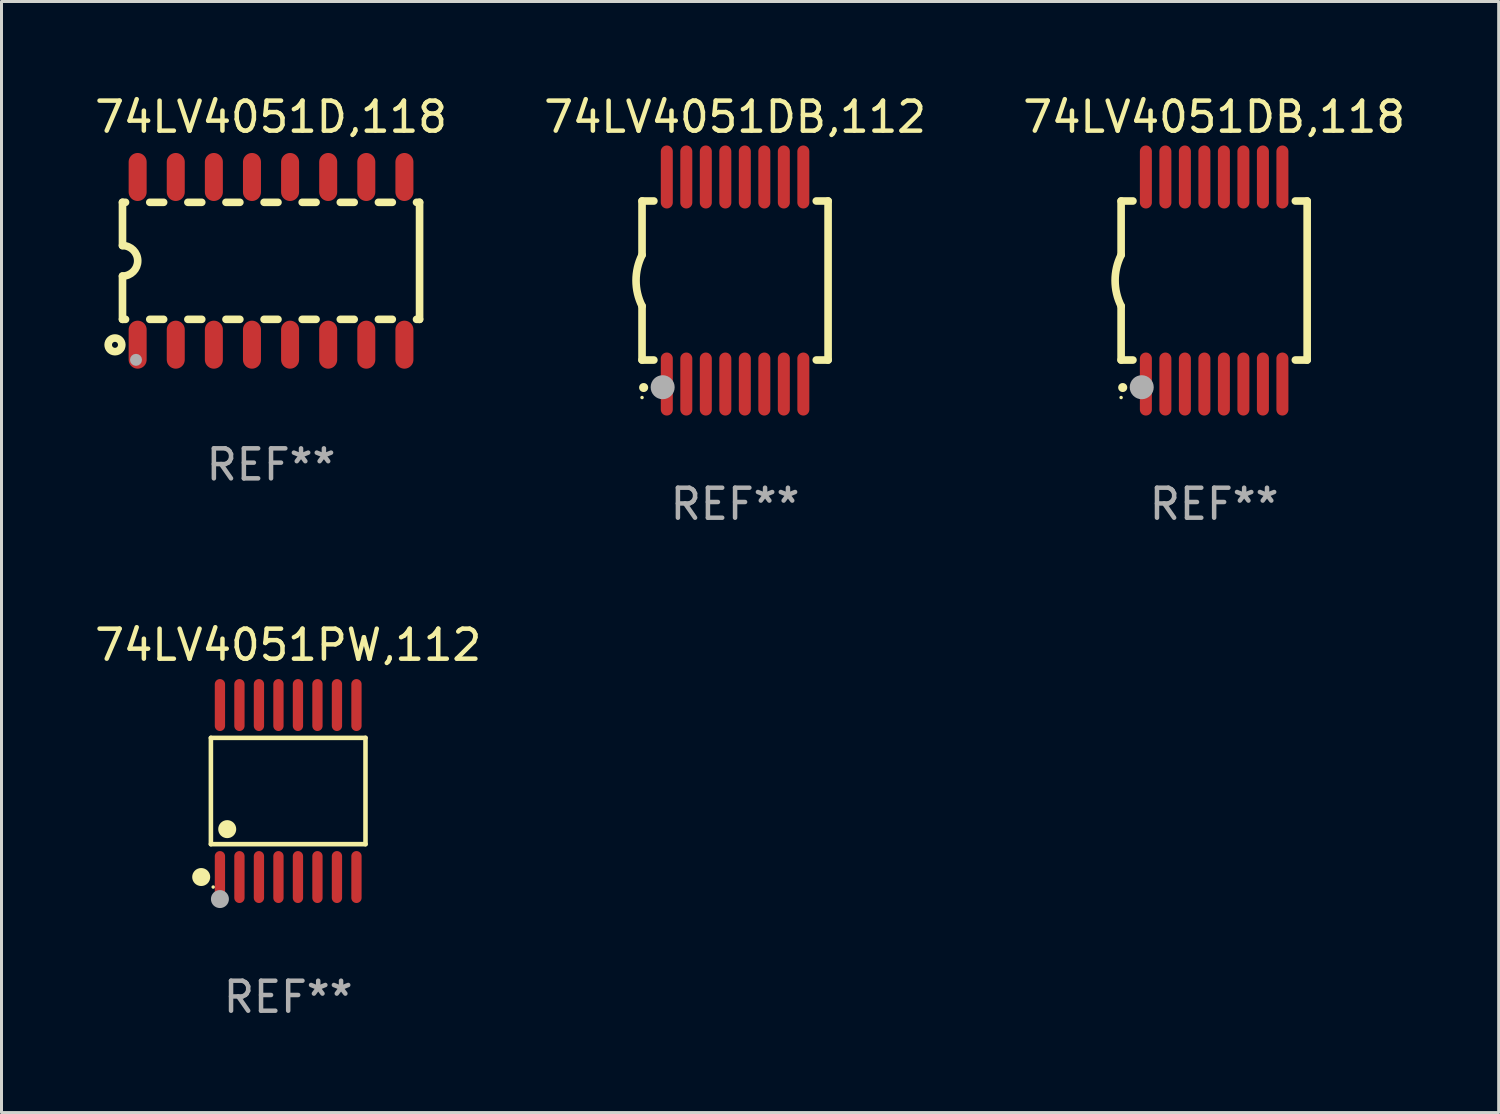
<source format=kicad_pcb>
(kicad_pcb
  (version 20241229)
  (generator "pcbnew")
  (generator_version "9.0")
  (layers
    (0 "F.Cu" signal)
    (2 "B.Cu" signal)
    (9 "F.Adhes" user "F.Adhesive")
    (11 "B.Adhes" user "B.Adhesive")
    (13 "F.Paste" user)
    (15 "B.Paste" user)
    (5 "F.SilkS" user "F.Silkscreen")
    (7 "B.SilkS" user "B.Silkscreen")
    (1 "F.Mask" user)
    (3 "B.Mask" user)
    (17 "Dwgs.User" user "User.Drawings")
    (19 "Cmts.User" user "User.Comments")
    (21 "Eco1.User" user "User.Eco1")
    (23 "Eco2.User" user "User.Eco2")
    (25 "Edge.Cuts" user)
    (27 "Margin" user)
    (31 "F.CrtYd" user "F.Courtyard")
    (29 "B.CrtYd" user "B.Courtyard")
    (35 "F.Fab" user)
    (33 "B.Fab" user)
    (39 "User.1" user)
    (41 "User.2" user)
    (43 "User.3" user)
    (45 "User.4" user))
  (footprint "74LV4051DB,118"
    (layer "F.Cu")
    (at 37.411 6.298)
    (property "Reference" "74LV4051DB,118" (at 0 -5.45 0) (layer "F.SilkS") (effects (font (size 1 1) (thickness 0.15))))
    (attr through_hole)
    (fp_line (start -3.1 -2.65) (end -3.1 -0.85) (stroke (width 0.254) (type solid)) (layer "F.SilkS"))
    (fp_line (start -3.1 -2.65) (end -2.706 -2.65) (stroke (width 0.254) (type solid)) (layer "F.SilkS"))
    (fp_line (start -3.1 2.65) (end -3.1 0.85) (stroke (width 0.254) (type solid)) (layer "F.SilkS"))
    (fp_line (start -3.1 2.65) (end -2.706 2.65) (stroke (width 0.254) (type solid)) (layer "F.SilkS"))
    (fp_line (start 2.706 -2.65) (end 3.1 -2.65) (stroke (width 0.254) (type solid)) (layer "F.SilkS"))
    (fp_line (start 2.706 2.65) (end 3.1 2.65) (stroke (width 0.254) (type solid)) (layer "F.SilkS"))
    (fp_line (start 3.1 -2.65) (end 3.1 2.65) (stroke (width 0.254) (type solid)) (layer "F.SilkS"))
    (fp_arc (start -3.098907 0.850902) (mid -3.300057 0.000523) (end -3.1 -0.850114) (stroke (width 0.254001) (type solid)) (layer "F.SilkS"))
    (fp_arc (start -3.048006 3.566066) (mid -3.046736 3.566061) (end -3.045466 3.566066) (stroke (width 0.3) (type solid)) (layer "F.SilkS"))
    (fp_circle (center -3.1 3.9) (end -3.07 3.9) (stroke (width 0.06) (type solid)) (fill no) (layer "F.SilkS"))
    (fp_circle (center -2.413 3.556) (end -2.213 3.556) (stroke (width 0.4) (type solid)) (fill no) (layer "F.Fab"))
    (fp_text user "REF**" (at 0 7.45 0) (layer "F.Fab") (effects (font (size 1 1) (thickness 0.15))))
    (pad "1" smd oval (at -2.275 3.45 180) (size 0.4 2.1) (layers "F.Cu" "F.Mask" "F.Paste"))
    (pad "2" smd oval (at -1.625 3.45 180) (size 0.4 2.1) (layers "F.Cu" "F.Mask" "F.Paste"))
    (pad "3" smd oval (at -0.975 3.45 180) (size 0.4 2.1) (layers "F.Cu" "F.Mask" "F.Paste"))
    (pad "4" smd oval (at -0.325 3.45 180) (size 0.4 2.1) (layers "F.Cu" "F.Mask" "F.Paste"))
    (pad "5" smd oval (at 0.325 3.45 180) (size 0.4 2.1) (layers "F.Cu" "F.Mask" "F.Paste"))
    (pad "6" smd oval (at 0.975 3.45 180) (size 0.4 2.1) (layers "F.Cu" "F.Mask" "F.Paste"))
    (pad "7" smd oval (at 1.625 3.45 180) (size 0.4 2.1) (layers "F.Cu" "F.Mask" "F.Paste"))
    (pad "8" smd oval (at 2.275 3.45 180) (size 0.4 2.1) (layers "F.Cu" "F.Mask" "F.Paste"))
    (pad "9" smd oval (at 2.275 -3.45 180) (size 0.4 2.1) (layers "F.Cu" "F.Mask" "F.Paste"))
    (pad "10" smd oval (at 1.625 -3.45 180) (size 0.4 2.1) (layers "F.Cu" "F.Mask" "F.Paste"))
    (pad "11" smd oval (at 0.975 -3.45 180) (size 0.4 2.1) (layers "F.Cu" "F.Mask" "F.Paste"))
    (pad "12" smd oval (at 0.325 -3.45 180) (size 0.4 2.1) (layers "F.Cu" "F.Mask" "F.Paste"))
    (pad "13" smd oval (at -0.325 -3.45 180) (size 0.4 2.1) (layers "F.Cu" "F.Mask" "F.Paste"))
    (pad "14" smd oval (at -0.975 -3.45 180) (size 0.4 2.1) (layers "F.Cu" "F.Mask" "F.Paste"))
    (pad "15" smd oval (at -1.625 -3.45 180) (size 0.4 2.1) (layers "F.Cu" "F.Mask" "F.Paste"))
    (pad "16" smd oval (at -2.275 -3.45 180) (size 0.4 2.1) (layers "F.Cu" "F.Mask" "F.Paste")))
  (footprint "74LV4051D,118"
    (layer "F.Cu")
    (at 5.982 5.642)
    (property "Reference" "74LV4051D,118" (at 0 -4.794 0) (layer "F.SilkS") (effects (font (size 1 1) (thickness 0.15))))
    (attr through_hole)
    (fp_line (start -4.95 -1.95) (end -4.95 -0.508) (stroke (width 0.254) (type solid)) (layer "F.SilkS"))
    (fp_line (start -4.95 -1.95) (end -4.849 -1.95) (stroke (width 0.254) (type solid)) (layer "F.SilkS"))
    (fp_line (start -4.95 1.95) (end -4.95 0.508) (stroke (width 0.254) (type solid)) (layer "F.SilkS"))
    (fp_line (start -4.95 1.95) (end -4.849 1.95) (stroke (width 0.254) (type solid)) (layer "F.SilkS"))
    (fp_line (start -4.041 -1.95) (end -3.579 -1.95) (stroke (width 0.254) (type solid)) (layer "F.SilkS"))
    (fp_line (start -4.041 1.95) (end -3.579 1.95) (stroke (width 0.254) (type solid)) (layer "F.SilkS"))
    (fp_line (start -2.771 -1.95) (end -2.309 -1.95) (stroke (width 0.254) (type solid)) (layer "F.SilkS"))
    (fp_line (start -2.771 1.95) (end -2.309 1.95) (stroke (width 0.254) (type solid)) (layer "F.SilkS"))
    (fp_line (start -1.501 -1.95) (end -1.039 -1.95) (stroke (width 0.254) (type solid)) (layer "F.SilkS"))
    (fp_line (start -1.501 1.95) (end -1.039 1.95) (stroke (width 0.254) (type solid)) (layer "F.SilkS"))
    (fp_line (start -0.231 -1.95) (end 0.231 -1.95) (stroke (width 0.254) (type solid)) (layer "F.SilkS"))
    (fp_line (start -0.231 1.95) (end 0.231 1.95) (stroke (width 0.254) (type solid)) (layer "F.SilkS"))
    (fp_line (start 1.039 -1.95) (end 1.501 -1.95) (stroke (width 0.254) (type solid)) (layer "F.SilkS"))
    (fp_line (start 1.039 1.95) (end 1.501 1.95) (stroke (width 0.254) (type solid)) (layer "F.SilkS"))
    (fp_line (start 2.309 -1.95) (end 2.771 -1.95) (stroke (width 0.254) (type solid)) (layer "F.SilkS"))
    (fp_line (start 2.309 1.95) (end 2.771 1.95) (stroke (width 0.254) (type solid)) (layer "F.SilkS"))
    (fp_line (start 3.579 -1.95) (end 4.041 -1.95) (stroke (width 0.254) (type solid)) (layer "F.SilkS"))
    (fp_line (start 3.579 1.95) (end 4.041 1.95) (stroke (width 0.254) (type solid)) (layer "F.SilkS"))
    (fp_line (start 4.849 -1.95) (end 4.95 -1.95) (stroke (width 0.254) (type solid)) (layer "F.SilkS"))
    (fp_line (start 4.849 1.95) (end 4.95 1.95) (stroke (width 0.254) (type solid)) (layer "F.SilkS"))
    (fp_line (start 4.95 -1.95) (end 4.95 1.95) (stroke (width 0.254) (type solid)) (layer "F.SilkS"))
    (fp_arc (start -4.95047 -0.508001) (mid -4.442469 -0.000228) (end -4.950013 0.508001) (stroke (width 0.254001) (type solid)) (layer "F.SilkS"))
    (fp_circle (center -5.2 2.8) (end -5.1 2.8) (stroke (width 0.254) (type solid)) (fill no) (layer "F.SilkS"))
    (fp_circle (center -4.95 2.947) (end -4.92 2.947) (stroke (width 0.06) (type solid)) (fill no) (layer "F.SilkS"))
    (fp_circle (center -4.5 3.3) (end -4.4 3.3) (stroke (width 0.2) (type solid)) (fill no) (layer "F.Fab"))
    (fp_text user "REF**" (at 0 6.794 0) (layer "F.Fab") (effects (font (size 1 1) (thickness 0.15))))
    (pad "1" smd oval (at -4.445 2.794) (size 0.6 1.6) (layers "F.Cu" "F.Mask" "F.Paste"))
    (pad "2" smd oval (at -3.175 2.794) (size 0.6 1.6) (layers "F.Cu" "F.Mask" "F.Paste"))
    (pad "3" smd oval (at -1.905 2.794) (size 0.6 1.6) (layers "F.Cu" "F.Mask" "F.Paste"))
    (pad "4" smd oval (at -0.635 2.794) (size 0.6 1.6) (layers "F.Cu" "F.Mask" "F.Paste"))
    (pad "5" smd oval (at 0.635 2.794) (size 0.6 1.6) (layers "F.Cu" "F.Mask" "F.Paste"))
    (pad "6" smd oval (at 1.905 2.794) (size 0.6 1.6) (layers "F.Cu" "F.Mask" "F.Paste"))
    (pad "7" smd oval (at 3.175 2.794) (size 0.6 1.6) (layers "F.Cu" "F.Mask" "F.Paste"))
    (pad "8" smd oval (at 4.445 2.794) (size 0.6 1.6) (layers "F.Cu" "F.Mask" "F.Paste"))
    (pad "9" smd oval (at 4.445 -2.794) (size 0.6 1.6) (layers "F.Cu" "F.Mask" "F.Paste"))
    (pad "10" smd oval (at 3.175 -2.794) (size 0.6 1.6) (layers "F.Cu" "F.Mask" "F.Paste"))
    (pad "11" smd oval (at 1.905 -2.794) (size 0.6 1.6) (layers "F.Cu" "F.Mask" "F.Paste"))
    (pad "12" smd oval (at 0.635 -2.794) (size 0.6 1.6) (layers "F.Cu" "F.Mask" "F.Paste"))
    (pad "13" smd oval (at -0.635 -2.794) (size 0.6 1.6) (layers "F.Cu" "F.Mask" "F.Paste"))
    (pad "14" smd oval (at -1.905 -2.794) (size 0.6 1.6) (layers "F.Cu" "F.Mask" "F.Paste"))
    (pad "15" smd oval (at -3.175 -2.794) (size 0.6 1.6) (layers "F.Cu" "F.Mask" "F.Paste"))
    (pad "16" smd oval (at -4.445 -2.794) (size 0.6 1.6) (layers "F.Cu" "F.Mask" "F.Paste")))
  (footprint "74LV4051PW,112"
    (layer "F.Cu")
    (at 6.554 23.311)
    (property "Reference" "74LV4051PW,112" (at 0 -4.866 0) (layer "F.SilkS") (effects (font (size 1 1) (thickness 0.15))))
    (attr through_hole)
    (fp_line (start -2.576 -1.772) (end 2.576 -1.772) (stroke (width 0.152) (type solid)) (layer "F.SilkS"))
    (fp_line (start -2.576 1.771) (end -2.576 -1.772) (stroke (width 0.152) (type solid)) (layer "F.SilkS"))
    (fp_line (start 2.576 -1.772) (end 2.576 1.771) (stroke (width 0.152) (type solid)) (layer "F.SilkS"))
    (fp_line (start 2.576 1.771) (end -2.576 1.771) (stroke (width 0.152) (type solid)) (layer "F.SilkS"))
    (fp_circle (center -2.899 2.866) (end -2.749 2.866) (stroke (width 0.3) (type solid)) (fill no) (layer "F.SilkS"))
    (fp_circle (center -2.5 3.2) (end -2.47 3.2) (stroke (width 0.06) (type solid)) (fill no) (layer "F.SilkS"))
    (fp_circle (center -2.032 1.27) (end -1.882 1.27) (stroke (width 0.3) (type solid)) (fill no) (layer "F.SilkS"))
    (fp_circle (center -2.275 3.6) (end -2.125 3.6) (stroke (width 0.3) (type solid)) (fill no) (layer "F.Fab"))
    (fp_text user "REF**" (at 0 6.866 0) (layer "F.Fab") (effects (font (size 1 1) (thickness 0.15))))
    (pad "1" smd oval (at -2.275 2.866) (size 0.343 1.731) (layers "F.Cu" "F.Mask" "F.Paste"))
    (pad "2" smd oval (at -1.625 2.866) (size 0.343 1.731) (layers "F.Cu" "F.Mask" "F.Paste"))
    (pad "3" smd oval (at -0.975 2.866) (size 0.343 1.731) (layers "F.Cu" "F.Mask" "F.Paste"))
    (pad "4" smd oval (at -0.325 2.866) (size 0.343 1.731) (layers "F.Cu" "F.Mask" "F.Paste"))
    (pad "5" smd oval (at 0.325 2.866) (size 0.343 1.731) (layers "F.Cu" "F.Mask" "F.Paste"))
    (pad "6" smd oval (at 0.975 2.866) (size 0.343 1.731) (layers "F.Cu" "F.Mask" "F.Paste"))
    (pad "7" smd oval (at 1.625 2.866) (size 0.343 1.731) (layers "F.Cu" "F.Mask" "F.Paste"))
    (pad "8" smd oval (at 2.275 2.866) (size 0.343 1.731) (layers "F.Cu" "F.Mask" "F.Paste"))
    (pad "9" smd oval (at 2.275 -2.866) (size 0.343 1.731) (layers "F.Cu" "F.Mask" "F.Paste"))
    (pad "10" smd oval (at 1.625 -2.866) (size 0.343 1.731) (layers "F.Cu" "F.Mask" "F.Paste"))
    (pad "11" smd oval (at 0.975 -2.866) (size 0.343 1.731) (layers "F.Cu" "F.Mask" "F.Paste"))
    (pad "12" smd oval (at 0.325 -2.866) (size 0.343 1.731) (layers "F.Cu" "F.Mask" "F.Paste"))
    (pad "13" smd oval (at -0.325 -2.866) (size 0.343 1.731) (layers "F.Cu" "F.Mask" "F.Paste"))
    (pad "14" smd oval (at -0.975 -2.866) (size 0.343 1.731) (layers "F.Cu" "F.Mask" "F.Paste"))
    (pad "15" smd oval (at -1.625 -2.866) (size 0.343 1.731) (layers "F.Cu" "F.Mask" "F.Paste"))
    (pad "16" smd oval (at -2.275 -2.866) (size 0.343 1.731) (layers "F.Cu" "F.Mask" "F.Paste")))
  (footprint "74LV4051DB,112"
    (layer "F.Cu")
    (at 21.446 6.298)
    (property "Reference" "74LV4051DB,112" (at 0 -5.45 0) (layer "F.SilkS") (effects (font (size 1 1) (thickness 0.15))))
    (attr through_hole)
    (fp_line (start -3.1 -2.65) (end -3.1 -0.85) (stroke (width 0.254) (type solid)) (layer "F.SilkS"))
    (fp_line (start -3.1 -2.65) (end -2.706 -2.65) (stroke (width 0.254) (type solid)) (layer "F.SilkS"))
    (fp_line (start -3.1 2.65) (end -3.1 0.85) (stroke (width 0.254) (type solid)) (layer "F.SilkS"))
    (fp_line (start -3.1 2.65) (end -2.706 2.65) (stroke (width 0.254) (type solid)) (layer "F.SilkS"))
    (fp_line (start 2.706 -2.65) (end 3.1 -2.65) (stroke (width 0.254) (type solid)) (layer "F.SilkS"))
    (fp_line (start 2.706 2.65) (end 3.1 2.65) (stroke (width 0.254) (type solid)) (layer "F.SilkS"))
    (fp_line (start 3.1 -2.65) (end 3.1 2.65) (stroke (width 0.254) (type solid)) (layer "F.SilkS"))
    (fp_arc (start -3.098907 0.850902) (mid -3.300057 0.000523) (end -3.1 -0.850114) (stroke (width 0.254001) (type solid)) (layer "F.SilkS"))
    (fp_arc (start -3.048006 3.566066) (mid -3.046736 3.566061) (end -3.045466 3.566066) (stroke (width 0.3) (type solid)) (layer "F.SilkS"))
    (fp_circle (center -3.1 3.9) (end -3.07 3.9) (stroke (width 0.06) (type solid)) (fill no) (layer "F.SilkS"))
    (fp_circle (center -2.413 3.556) (end -2.213 3.556) (stroke (width 0.4) (type solid)) (fill no) (layer "F.Fab"))
    (fp_text user "REF**" (at 0 7.45 0) (layer "F.Fab") (effects (font (size 1 1) (thickness 0.15))))
    (pad "1" smd oval (at -2.275 3.45 180) (size 0.4 2.1) (layers "F.Cu" "F.Mask" "F.Paste"))
    (pad "2" smd oval (at -1.625 3.45 180) (size 0.4 2.1) (layers "F.Cu" "F.Mask" "F.Paste"))
    (pad "3" smd oval (at -0.975 3.45 180) (size 0.4 2.1) (layers "F.Cu" "F.Mask" "F.Paste"))
    (pad "4" smd oval (at -0.325 3.45 180) (size 0.4 2.1) (layers "F.Cu" "F.Mask" "F.Paste"))
    (pad "5" smd oval (at 0.325 3.45 180) (size 0.4 2.1) (layers "F.Cu" "F.Mask" "F.Paste"))
    (pad "6" smd oval (at 0.975 3.45 180) (size 0.4 2.1) (layers "F.Cu" "F.Mask" "F.Paste"))
    (pad "7" smd oval (at 1.625 3.45 180) (size 0.4 2.1) (layers "F.Cu" "F.Mask" "F.Paste"))
    (pad "8" smd oval (at 2.275 3.45 180) (size 0.4 2.1) (layers "F.Cu" "F.Mask" "F.Paste"))
    (pad "9" smd oval (at 2.275 -3.45 180) (size 0.4 2.1) (layers "F.Cu" "F.Mask" "F.Paste"))
    (pad "10" smd oval (at 1.625 -3.45 180) (size 0.4 2.1) (layers "F.Cu" "F.Mask" "F.Paste"))
    (pad "11" smd oval (at 0.975 -3.45 180) (size 0.4 2.1) (layers "F.Cu" "F.Mask" "F.Paste"))
    (pad "12" smd oval (at 0.325 -3.45 180) (size 0.4 2.1) (layers "F.Cu" "F.Mask" "F.Paste"))
    (pad "13" smd oval (at -0.325 -3.45 180) (size 0.4 2.1) (layers "F.Cu" "F.Mask" "F.Paste"))
    (pad "14" smd oval (at -0.975 -3.45 180) (size 0.4 2.1) (layers "F.Cu" "F.Mask" "F.Paste"))
    (pad "15" smd oval (at -1.625 -3.45 180) (size 0.4 2.1) (layers "F.Cu" "F.Mask" "F.Paste"))
    (pad "16" smd oval (at -2.275 -3.45 180) (size 0.4 2.1) (layers "F.Cu" "F.Mask" "F.Paste")))
  (gr_rect
    (start -3 -3)
    (end 46.893 34.025)
    (stroke (width 0.1) (type default))
    (fill no)
    (layer "Edge.Cuts")))
</source>
